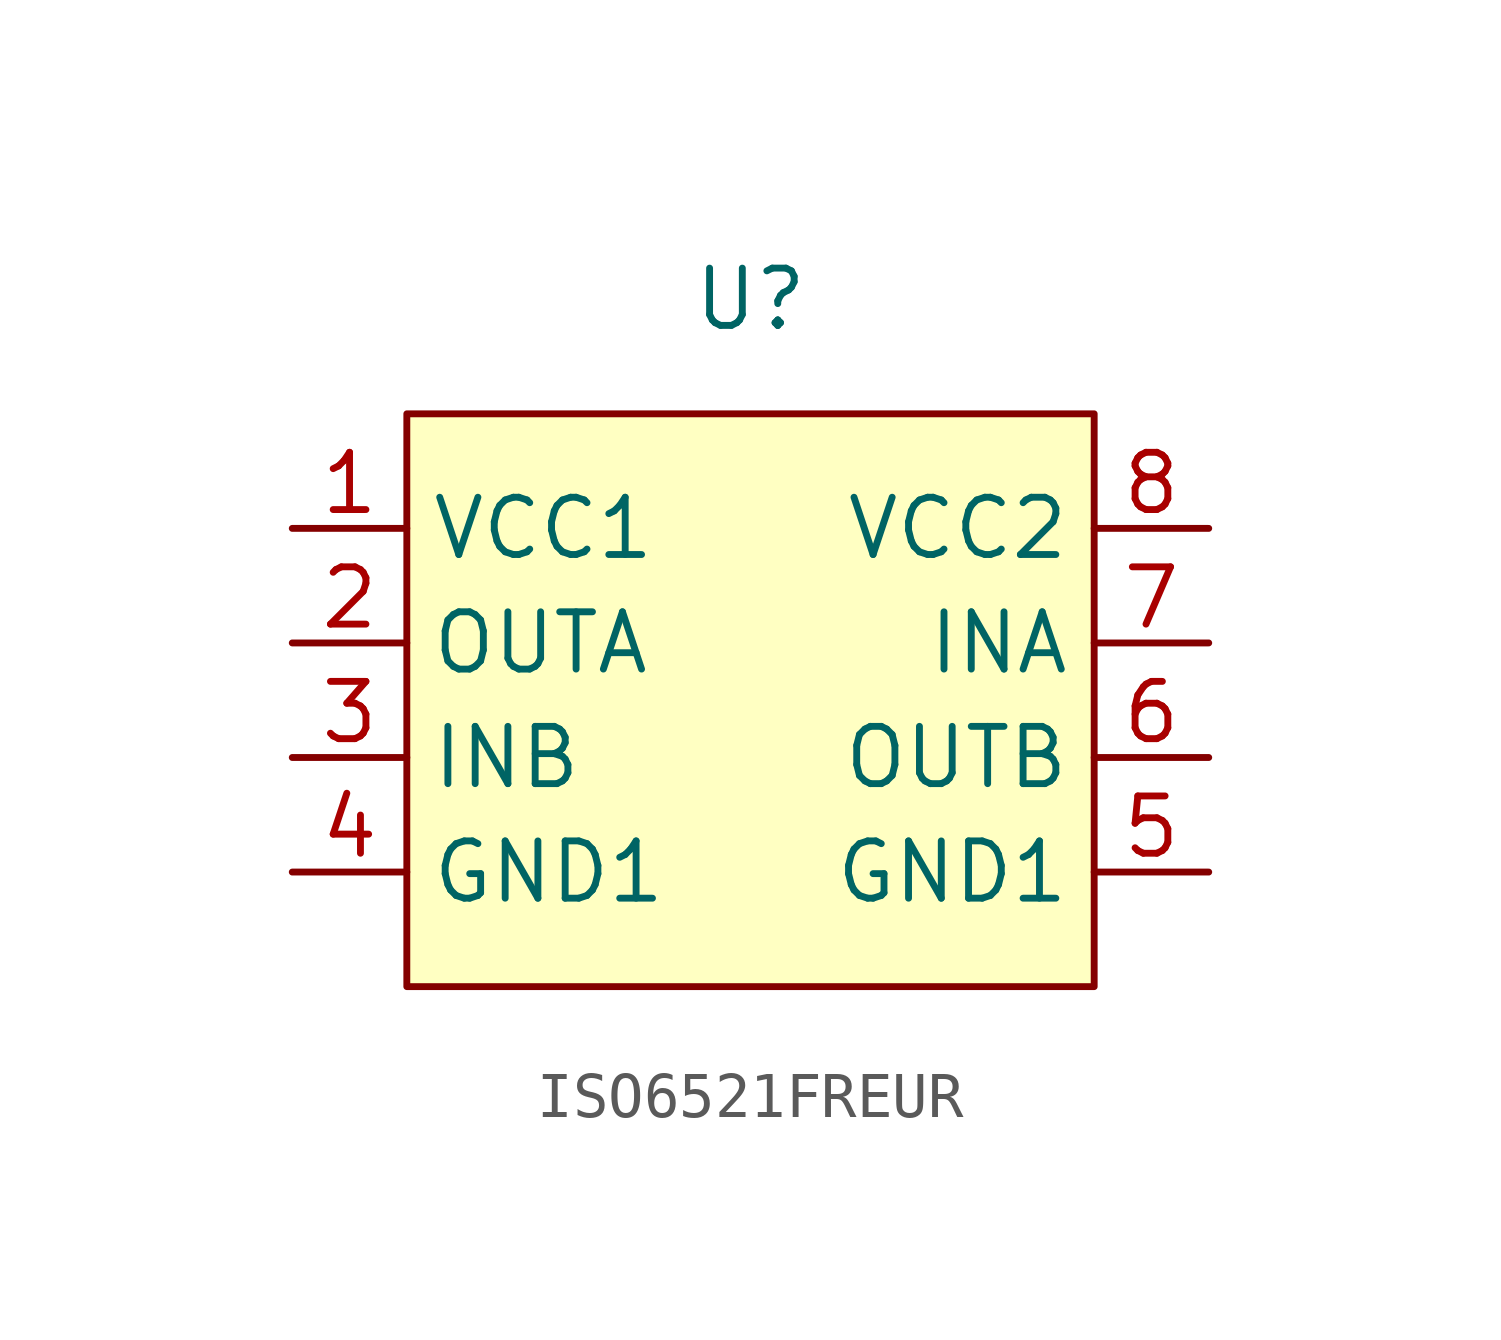
<source format=kicad_sym>
(kicad_symbol_lib
  (version 20220914)
  (generator kicad_symbol_editor)
  (symbol "ISO6521FREUR"
    (property "Reference" "U"
      (at 0 8.89 0)
      (effects (font (size 1.27 1.27))))
    (property "Value" ""
      (at 0 0 0)
      (effects (font (size 1.27 1.27))))
    (symbol "ISO6521FREUR_1_1"
      (rectangle (start -7.62 6.35) (end 7.62 -6.35) (stroke (width 0) (type default)) (fill (type background)))
      (pin power_in line (at -10.16 3.81 0) (length 2.54) (name "VCC1" (effects (font (size 1.27 1.27)))) (number "1" (effects (font (size 1.27 1.27)))))
      (pin output line (at -10.16 1.27 0) (length 2.54) (name "OUTA" (effects (font (size 1.27 1.27)))) (number "2" (effects (font (size 1.27 1.27)))))
      (pin input line (at -10.16 -1.27 0) (length 2.54) (name "INB" (effects (font (size 1.27 1.27)))) (number "3" (effects (font (size 1.27 1.27)))))
      (pin power_in line (at -10.16 -3.81 0) (length 2.54) (name "GND1" (effects (font (size 1.27 1.27)))) (number "4" (effects (font (size 1.27 1.27)))))
      (pin power_in line (at 10.16 -3.81 180) (length 2.54) (name "GND1" (effects (font (size 1.27 1.27)))) (number "5" (effects (font (size 1.27 1.27)))))
      (pin output line (at 10.16 -1.27 180) (length 2.54) (name "OUTB" (effects (font (size 1.27 1.27)))) (number "6" (effects (font (size 1.27 1.27)))))
      (pin input line (at 10.16 1.27 180) (length 2.54) (name "INA" (effects (font (size 1.27 1.27)))) (number "7" (effects (font (size 1.27 1.27)))))
      (pin power_in line (at 10.16 3.81 180) (length 2.54) (name "VCC2" (effects (font (size 1.27 1.27)))) (number "8" (effects (font (size 1.27 1.27))))))))
</source>
